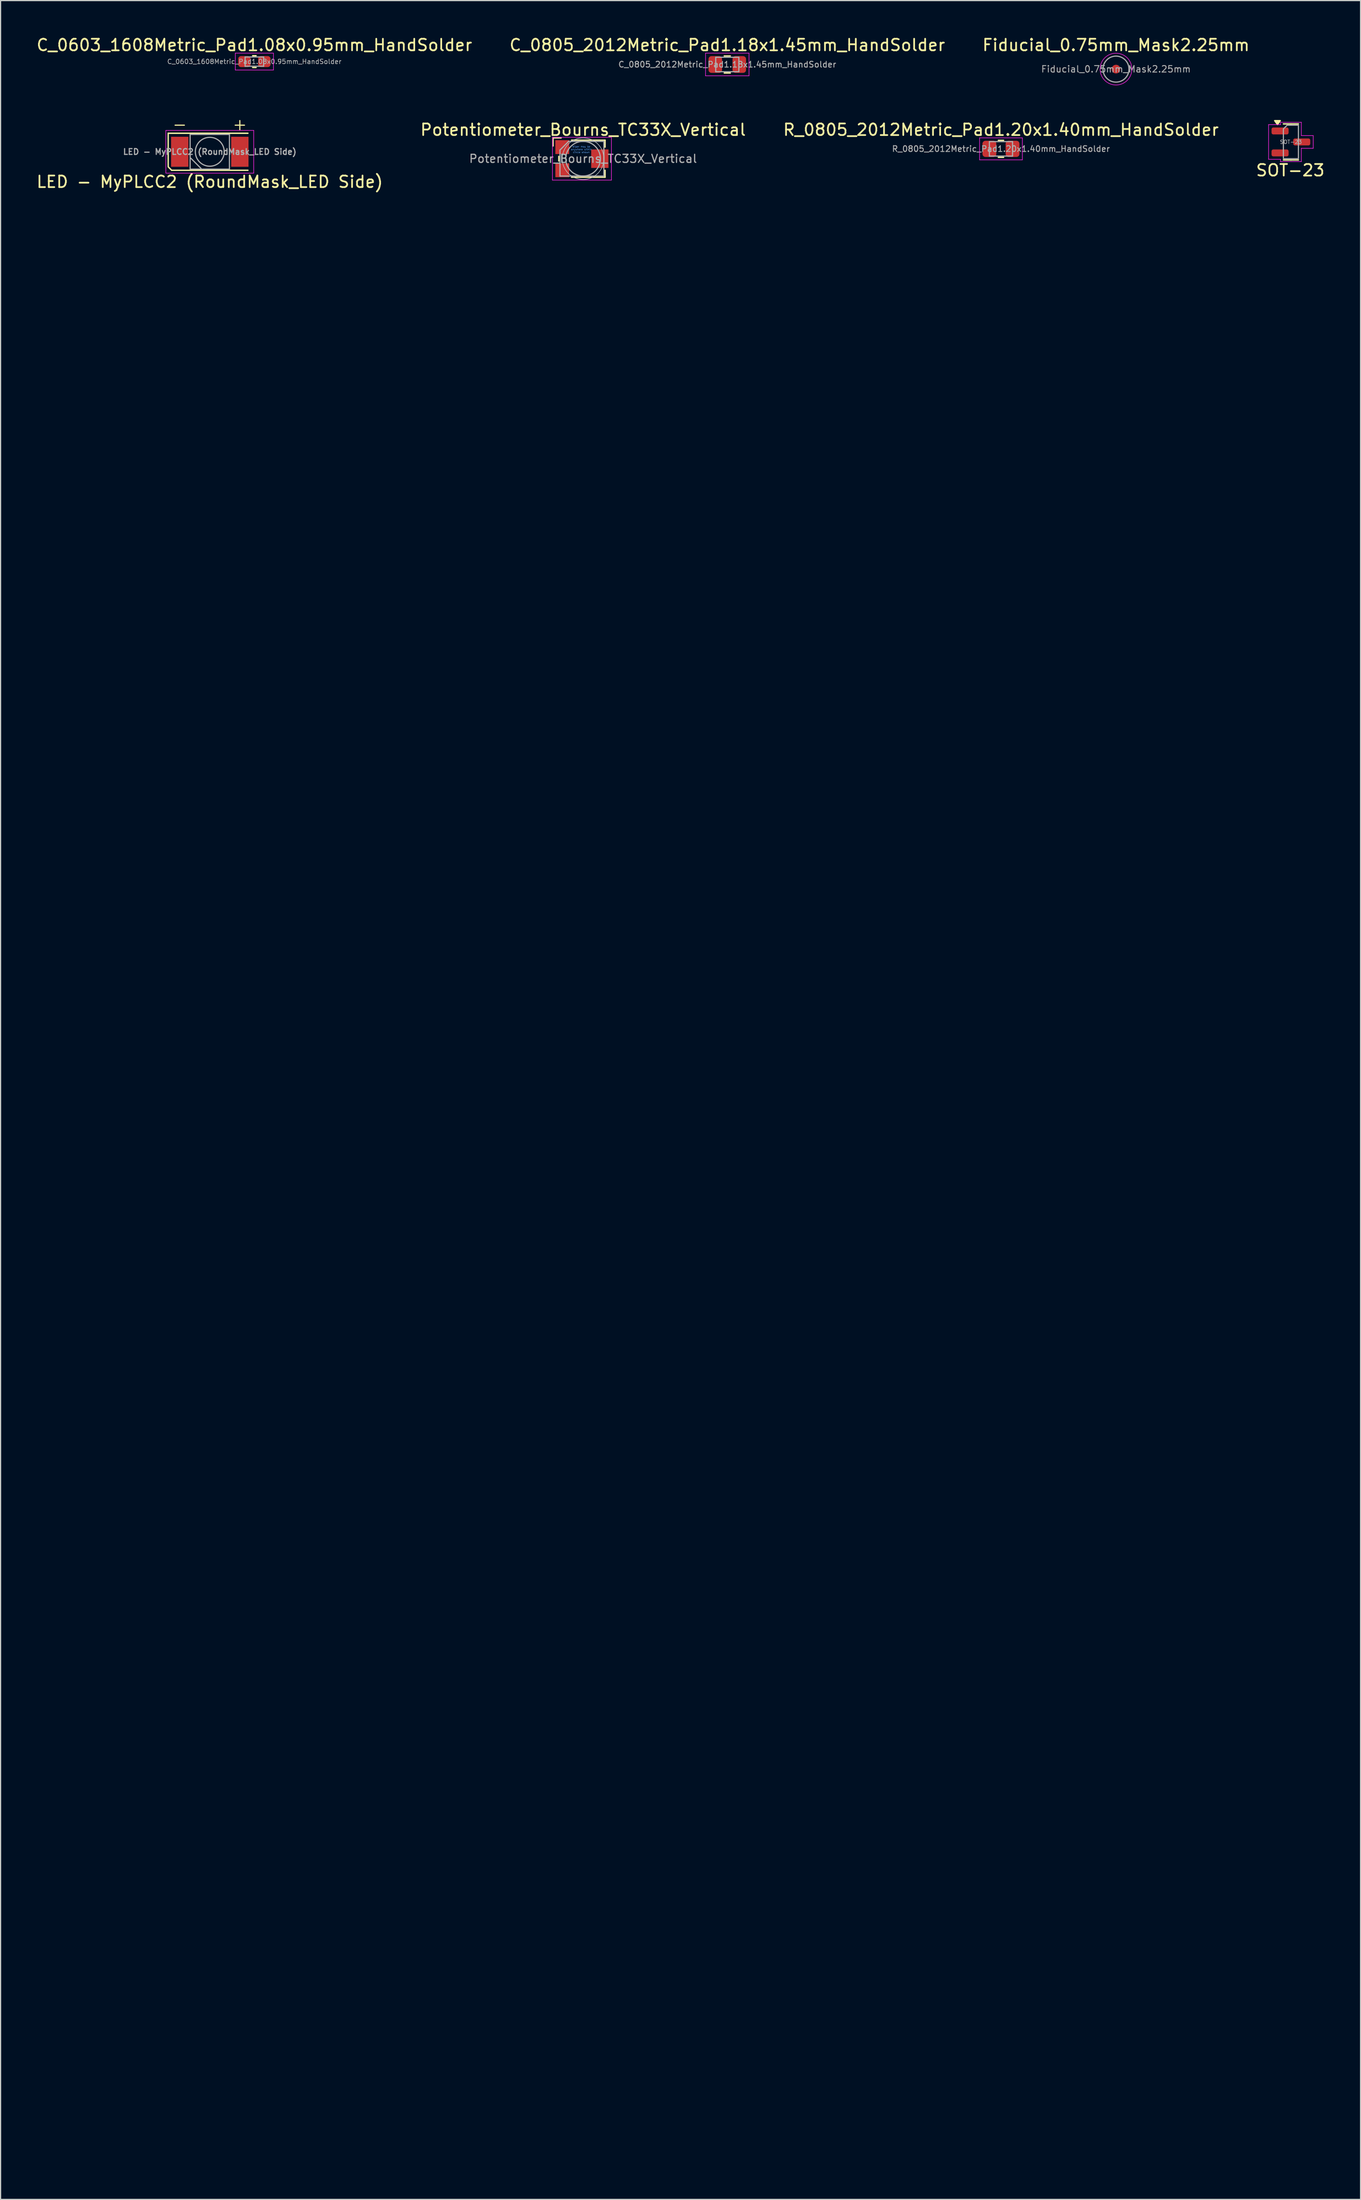
<source format=kicad_pcb>
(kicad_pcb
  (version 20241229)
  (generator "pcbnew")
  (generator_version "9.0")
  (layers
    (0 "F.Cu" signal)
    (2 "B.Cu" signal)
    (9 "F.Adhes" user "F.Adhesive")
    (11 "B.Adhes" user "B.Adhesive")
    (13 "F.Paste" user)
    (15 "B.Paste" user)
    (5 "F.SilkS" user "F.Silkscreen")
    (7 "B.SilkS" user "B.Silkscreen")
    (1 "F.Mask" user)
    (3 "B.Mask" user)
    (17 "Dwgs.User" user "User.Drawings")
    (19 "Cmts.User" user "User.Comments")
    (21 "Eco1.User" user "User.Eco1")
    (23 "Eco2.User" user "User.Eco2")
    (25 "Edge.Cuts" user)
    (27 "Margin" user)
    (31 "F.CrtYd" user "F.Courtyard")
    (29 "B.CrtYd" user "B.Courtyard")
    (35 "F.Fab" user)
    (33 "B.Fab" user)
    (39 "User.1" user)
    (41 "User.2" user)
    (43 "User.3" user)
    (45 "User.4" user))
  (footprint "LED - MyPLCC2 (RoundMask_LED Side)"
    (layer "F.Cu")
    (at 15.101 10.078)
    (property "Reference" "LED - MyPLCC2 (RoundMask_LED Side)" (at 0 2.6 0) (layer "F.SilkS") (effects (font (size 1 1) (thickness 0.15))))
    (attr smd)
    (fp_line (start -3.6 -1.6) (end -3.6 1.25) (stroke (width 0.12) (type solid)) (layer "F.SilkS"))
    (fp_line (start -3.6 1.3) (end -3.3 1.6) (stroke (width 0.12) (type solid)) (layer "F.SilkS"))
    (fp_line (start -3 -2.3) (end -2.2 -2.3) (stroke (width 0.1) (type default)) (layer "F.SilkS"))
    (fp_line (start 2.2 -2.3) (end 3 -2.3) (stroke (width 0.1) (type default)) (layer "F.SilkS"))
    (fp_line (start 2.6 -1.9) (end 2.6 -2.7) (stroke (width 0.1) (type default)) (layer "F.SilkS"))
    (fp_line (start 3.3 -1.6) (end -3.6 -1.6) (stroke (width 0.12) (type solid)) (layer "F.SilkS"))
    (fp_line (start 3.3 1.6) (end -3.3 1.6) (stroke (width 0.12) (type solid)) (layer "F.SilkS"))
    (fp_line (start -3.8 -1.85) (end 3.8 -1.85) (stroke (width 0.05) (type solid)) (layer "F.CrtYd"))
    (fp_line (start -3.8 1.85) (end -3.8 -1.85) (stroke (width 0.05) (type solid)) (layer "F.CrtYd"))
    (fp_line (start 3.8 -1.85) (end 3.8 1.85) (stroke (width 0.05) (type solid)) (layer "F.CrtYd"))
    (fp_line (start 3.8 1.85) (end -3.8 1.85) (stroke (width 0.05) (type solid)) (layer "F.CrtYd"))
    (fp_line (start -1.7 -1.5) (end -1.7 1.5) (stroke (width 0.1) (type solid)) (layer "F.Fab"))
    (fp_line (start -1.7 1.5) (end 1.7 1.5) (stroke (width 0.1) (type solid)) (layer "F.Fab"))
    (fp_line (start -0.75 1.45) (end -1.65 0.55) (stroke (width 0.1) (type solid)) (layer "F.Fab"))
    (fp_line (start 1.7 -1.5) (end -1.7 -1.5) (stroke (width 0.1) (type solid)) (layer "F.Fab"))
    (fp_line (start 1.7 1.5) (end 1.7 -1.5) (stroke (width 0.1) (type solid)) (layer "F.Fab"))
    (fp_circle (center 0 0) (end 0 -1.25) (stroke (width 0.1) (type solid)) (fill no) (layer "F.Fab"))
    (fp_text user "${REFERENCE}" (at 0 0 0) (layer "F.Fab") (effects (font (size 0.5 0.5) (thickness 0.1))))
    (pad "" smd oval (at 0 0) (size 2.7 2.7) (layers "F.Mask"))
    (pad "1" smd rect (at -2.6 0) (size 1.5 2.6) (layers "F.Cu" "F.Mask" "F.Paste"))
    (pad "2" smd rect (at 2.6 0) (size 1.5 2.6) (layers "F.Cu" "F.Mask" "F.Paste"))
    (zone (net_name "") (layers "F.Cu" "F.Mask" "B.Cu" "B.Mask" "F.SilkS" "B.SilkS" "F.Paste" "B.Paste") (hatch edge 0.5) (connect_pads) (min_thickness 0.25) (filled_areas_thickness no) (keepout (tracks not_allowed) (vias not_allowed) (pads not_allowed) (copperpour not_allowed) (footprints allowed)) (placement (enabled no)) (fill) (polygon (pts (xy 13.801 181.6) (xy 16.401 181.6) (xy 16.401 184.2) (xy 13.801 184.2)))))
  (footprint "SOT-23"
    (layer "F.Cu")
    (at 108.64 9.228)
    (property "Reference" "SOT-23" (at -0.051 2.453 0) (layer "F.SilkS") (effects (font (size 1 1) (thickness 0.15))))
    (attr smd)
    (fp_line (start 0 -1.56) (end -0.65 -1.56) (stroke (width 0.12) (type solid)) (layer "F.SilkS"))
    (fp_line (start 0 -1.56) (end 0.65 -1.56) (stroke (width 0.12) (type solid)) (layer "F.SilkS"))
    (fp_line (start 0 1.56) (end -0.65 1.56) (stroke (width 0.12) (type solid)) (layer "F.SilkS"))
    (fp_line (start 0 1.56) (end 0.65 1.56) (stroke (width 0.12) (type solid)) (layer "F.SilkS"))
    (fp_poly (pts (xy -1.163 -1.51) (xy -1.403 -1.84) (xy -0.922 -1.84)) (stroke (width 0.12) (type solid)) (fill yes) (layer "F.SilkS"))
    (fp_line (start -1.93 -1.5) (end -0.9 -1.5) (stroke (width 0.05) (type solid)) (layer "F.CrtYd"))
    (fp_line (start -1.93 1.5) (end -1.93 -1.5) (stroke (width 0.05) (type solid)) (layer "F.CrtYd"))
    (fp_line (start -0.9 -1.7) (end 0.9 -1.7) (stroke (width 0.05) (type solid)) (layer "F.CrtYd"))
    (fp_line (start -0.9 -1.5) (end -0.9 -1.7) (stroke (width 0.05) (type solid)) (layer "F.CrtYd"))
    (fp_line (start -0.9 1.5) (end -1.93 1.5) (stroke (width 0.05) (type solid)) (layer "F.CrtYd"))
    (fp_line (start -0.9 1.7) (end -0.9 1.5) (stroke (width 0.05) (type solid)) (layer "F.CrtYd"))
    (fp_line (start 0.9 -1.7) (end 0.9 -0.55) (stroke (width 0.05) (type solid)) (layer "F.CrtYd"))
    (fp_line (start 0.9 -0.55) (end 1.93 -0.55) (stroke (width 0.05) (type solid)) (layer "F.CrtYd"))
    (fp_line (start 0.9 0.55) (end 0.9 1.7) (stroke (width 0.05) (type solid)) (layer "F.CrtYd"))
    (fp_line (start 0.9 1.7) (end -0.9 1.7) (stroke (width 0.05) (type solid)) (layer "F.CrtYd"))
    (fp_line (start 1.93 -0.55) (end 1.93 0.55) (stroke (width 0.05) (type solid)) (layer "F.CrtYd"))
    (fp_line (start 1.93 0.55) (end 0.9 0.55) (stroke (width 0.05) (type solid)) (layer "F.CrtYd"))
    (fp_poly (pts (xy -0.65 -1.125) (xy -0.65 1.45) (xy 0.65 1.45) (xy 0.65 -1.45) (xy -0.325 -1.45)) (stroke (width 0.1) (type solid)) (fill no) (layer "F.Fab"))
    (fp_text user "${REFERENCE}" (at 0 0 0) (layer "F.Fab") (effects (font (size 0.32 0.32) (thickness 0.05))))
    (pad "1" smd roundrect (at -0.938 -0.95) (size 1.475 0.6) (layers "F.Cu" "F.Mask" "F.Paste") (roundrect_rratio 0.25))
    (pad "2" smd roundrect (at -0.938 0.95) (size 1.475 0.6) (layers "F.Cu" "F.Mask" "F.Paste") (roundrect_rratio 0.25))
    (pad "3" smd roundrect (at 0.938 0) (size 1.475 0.6) (layers "F.Cu" "F.Mask" "F.Paste") (roundrect_rratio 0.25)))
  (footprint "Potentiometer_Bourns_TC33X_Vertical"
    (layer "F.Cu")
    (at 47.399 10.677)
    (property "Reference" "Potentiometer_Bourns_TC33X_Vertical" (at 0 -2.5 0) (layer "F.SilkS") (effects (font (size 1 1) (thickness 0.15))))
    (attr smd)
    (fp_line (start -2.6 -1.8) (end -2.6 -1.1) (stroke (width 0.12) (type solid)) (layer "F.SilkS"))
    (fp_line (start -2.1 -0.2) (end -2.1 0.2) (stroke (width 0.12) (type solid)) (layer "F.SilkS"))
    (fp_line (start -1.9 -1.8) (end -2.6 -1.8) (stroke (width 0.12) (type solid)) (layer "F.SilkS"))
    (fp_line (start -1 -1.6) (end 1.9 -1.6) (stroke (width 0.12) (type solid)) (layer "F.SilkS"))
    (fp_line (start -1 1.6) (end 1.9 1.6) (stroke (width 0.12) (type solid)) (layer "F.SilkS"))
    (fp_line (start 1.9 -1.6) (end 1.9 -1) (stroke (width 0.12) (type solid)) (layer "F.SilkS"))
    (fp_line (start 1.9 1.6) (end 1.9 1) (stroke (width 0.12) (type solid)) (layer "F.SilkS"))
    (fp_circle (center 0 0) (end 1.8 0) (stroke (width 0.05) (type solid)) (fill no) (layer "Dwgs.User"))
    (fp_line (start -2.65 -1.85) (end 2.45 -1.85) (stroke (width 0.05) (type solid)) (layer "F.CrtYd"))
    (fp_line (start -2.65 1.85) (end -2.65 -1.85) (stroke (width 0.05) (type solid)) (layer "F.CrtYd"))
    (fp_line (start 2.45 -1.85) (end 2.45 1.85) (stroke (width 0.05) (type solid)) (layer "F.CrtYd"))
    (fp_line (start 2.45 1.85) (end -2.65 1.85) (stroke (width 0.05) (type solid)) (layer "F.CrtYd"))
    (fp_line (start -2 -0.75) (end -2 1.5) (stroke (width 0.1) (type solid)) (layer "F.Fab"))
    (fp_line (start -2 1.5) (end 1.8 1.5) (stroke (width 0.1) (type solid)) (layer "F.Fab"))
    (fp_line (start -1.25 -1.5) (end -2 -0.75) (stroke (width 0.1) (type solid)) (layer "F.Fab"))
    (fp_line (start 1.8 -1.5) (end -1.25 -1.5) (stroke (width 0.1) (type solid)) (layer "F.Fab"))
    (fp_line (start 1.8 1.5) (end 1.8 -1.5) (stroke (width 0.1) (type solid)) (layer "F.Fab"))
    (fp_circle (center 0 0) (end 1.5 0) (stroke (width 0.1) (type solid)) (fill no) (layer "F.Fab"))
    (fp_text user "Wiper may be\nanywhere within\ncircle shown" (at -0.15 -0.8 0) (layer "Cmts.User") (effects (font (size 0.15 0.15) (thickness 0.02))))
    (fp_text user "${REFERENCE}" (at 0 0 0) (layer "F.Fab") (effects (font (size 0.7 0.7) (thickness 0.105))))
    (pad "1" smd rect (at -1.8 -1) (size 1.2 1.2) (layers "F.Cu" "F.Mask" "F.Paste"))
    (pad "2" smd rect (at 1.45 0) (size 1.5 1.6) (layers "F.Cu" "F.Mask" "F.Paste"))
    (pad "3" smd rect (at -1.8 1) (size 1.2 1.2) (layers "F.Cu" "F.Mask" "F.Paste")))
  (footprint "R_0805_2012Metric_Pad1.20x1.40mm_HandSolder"
    (layer "F.Cu")
    (at 83.554 9.826)
    (property "Reference" "R_0805_2012Metric_Pad1.20x1.40mm_HandSolder" (at 0 -1.65 0) (layer "F.SilkS") (effects (font (size 1 1) (thickness 0.15))))
    (attr smd)
    (fp_line (start -0.227 -0.735) (end 0.227 -0.735) (stroke (width 0.12) (type solid)) (layer "F.SilkS"))
    (fp_line (start -0.227 0.735) (end 0.227 0.735) (stroke (width 0.12) (type solid)) (layer "F.SilkS"))
    (fp_line (start -1.85 -0.95) (end 1.85 -0.95) (stroke (width 0.05) (type solid)) (layer "F.CrtYd"))
    (fp_line (start -1.85 0.95) (end -1.85 -0.95) (stroke (width 0.05) (type solid)) (layer "F.CrtYd"))
    (fp_line (start 1.85 -0.95) (end 1.85 0.95) (stroke (width 0.05) (type solid)) (layer "F.CrtYd"))
    (fp_line (start 1.85 0.95) (end -1.85 0.95) (stroke (width 0.05) (type solid)) (layer "F.CrtYd"))
    (fp_line (start -1 -0.625) (end 1 -0.625) (stroke (width 0.1) (type solid)) (layer "F.Fab"))
    (fp_line (start -1 0.625) (end -1 -0.625) (stroke (width 0.1) (type solid)) (layer "F.Fab"))
    (fp_line (start 1 -0.625) (end 1 0.625) (stroke (width 0.1) (type solid)) (layer "F.Fab"))
    (fp_line (start 1 0.625) (end -1 0.625) (stroke (width 0.1) (type solid)) (layer "F.Fab"))
    (fp_text user "${REFERENCE}" (at 0 0 0) (layer "F.Fab") (effects (font (size 0.5 0.5) (thickness 0.08))))
    (pad "1" smd roundrect (at -1 0) (size 1.2 1.4) (layers "F.Cu" "F.Mask" "F.Paste") (roundrect_rratio 0.208))
    (pad "2" smd roundrect (at 1 0) (size 1.2 1.4) (layers "F.Cu" "F.Mask" "F.Paste") (roundrect_rratio 0.208)))
  (footprint "Fiducial_0.75mm_Mask2.25mm"
    (layer "F.Cu")
    (at 93.506 2.928)
    (property "Reference" "Fiducial_0.75mm_Mask2.25mm" (at 0 -2.08 0) (layer "F.SilkS") (effects (font (size 1 1) (thickness 0.15))))
    (attr smd exclude_from_bom)
    (fp_circle (center 0 0) (end 1.375 0) (stroke (width 0.05) (type solid)) (fill no) (layer "F.CrtYd"))
    (fp_circle (center 0 0) (end 1.125 0) (stroke (width 0.1) (type solid)) (fill no) (layer "F.Fab"))
    (fp_text user "${REFERENCE}" (at 0 0 0) (layer "F.Fab") (effects (font (size 0.56 0.56) (thickness 0.08))))
    (pad "" smd circle (at 0 0) (size 0.75 0.75) (layers "F.Cu" "F.Mask")))
  (footprint "C_0603_1608Metric_Pad1.08x0.95mm_HandSolder"
    (layer "F.Cu")
    (at 18.958 2.278)
    (property "Reference" "C_0603_1608Metric_Pad1.08x0.95mm_HandSolder" (at 0 -1.43 0) (layer "F.SilkS") (effects (font (size 1 1) (thickness 0.15))))
    (attr smd)
    (fp_line (start -0.146 -0.51) (end 0.146 -0.51) (stroke (width 0.12) (type solid)) (layer "F.SilkS"))
    (fp_line (start -0.146 0.51) (end 0.146 0.51) (stroke (width 0.12) (type solid)) (layer "F.SilkS"))
    (fp_line (start -1.65 -0.73) (end 1.65 -0.73) (stroke (width 0.05) (type solid)) (layer "F.CrtYd"))
    (fp_line (start -1.65 0.73) (end -1.65 -0.73) (stroke (width 0.05) (type solid)) (layer "F.CrtYd"))
    (fp_line (start 1.65 -0.73) (end 1.65 0.73) (stroke (width 0.05) (type solid)) (layer "F.CrtYd"))
    (fp_line (start 1.65 0.73) (end -1.65 0.73) (stroke (width 0.05) (type solid)) (layer "F.CrtYd"))
    (fp_line (start -0.8 -0.4) (end 0.8 -0.4) (stroke (width 0.1) (type solid)) (layer "F.Fab"))
    (fp_line (start -0.8 0.4) (end -0.8 -0.4) (stroke (width 0.1) (type solid)) (layer "F.Fab"))
    (fp_line (start 0.8 -0.4) (end 0.8 0.4) (stroke (width 0.1) (type solid)) (layer "F.Fab"))
    (fp_line (start 0.8 0.4) (end -0.8 0.4) (stroke (width 0.1) (type solid)) (layer "F.Fab"))
    (fp_text user "${REFERENCE}" (at 0 0 0) (layer "F.Fab") (effects (font (size 0.4 0.4) (thickness 0.06))))
    (pad "1" smd roundrect (at -0.863 0) (size 1.075 0.95) (layers "F.Cu" "F.Mask" "F.Paste") (roundrect_rratio 0.25))
    (pad "2" smd roundrect (at 0.863 0) (size 1.075 0.95) (layers "F.Cu" "F.Mask" "F.Paste") (roundrect_rratio 0.25)))
  (footprint "C_0805_2012Metric_Pad1.18x1.45mm_HandSolder"
    (layer "F.Cu")
    (at 59.875 2.528)
    (property "Reference" "C_0805_2012Metric_Pad1.18x1.45mm_HandSolder" (at 0 -1.68 0) (layer "F.SilkS") (effects (font (size 1 1) (thickness 0.15))))
    (attr smd)
    (fp_line (start -0.261 -0.735) (end 0.261 -0.735) (stroke (width 0.12) (type solid)) (layer "F.SilkS"))
    (fp_line (start -0.261 0.735) (end 0.261 0.735) (stroke (width 0.12) (type solid)) (layer "F.SilkS"))
    (fp_line (start -1.88 -0.98) (end 1.88 -0.98) (stroke (width 0.05) (type solid)) (layer "F.CrtYd"))
    (fp_line (start -1.88 0.98) (end -1.88 -0.98) (stroke (width 0.05) (type solid)) (layer "F.CrtYd"))
    (fp_line (start 1.88 -0.98) (end 1.88 0.98) (stroke (width 0.05) (type solid)) (layer "F.CrtYd"))
    (fp_line (start 1.88 0.98) (end -1.88 0.98) (stroke (width 0.05) (type solid)) (layer "F.CrtYd"))
    (fp_line (start -1 -0.625) (end 1 -0.625) (stroke (width 0.1) (type solid)) (layer "F.Fab"))
    (fp_line (start -1 0.625) (end -1 -0.625) (stroke (width 0.1) (type solid)) (layer "F.Fab"))
    (fp_line (start 1 -0.625) (end 1 0.625) (stroke (width 0.1) (type solid)) (layer "F.Fab"))
    (fp_line (start 1 0.625) (end -1 0.625) (stroke (width 0.1) (type solid)) (layer "F.Fab"))
    (fp_text user "${REFERENCE}" (at 0 0 0) (layer "F.Fab") (effects (font (size 0.5 0.5) (thickness 0.08))))
    (pad "1" smd roundrect (at -1.038 0) (size 1.175 1.45) (layers "F.Cu" "F.Mask" "F.Paste") (roundrect_rratio 0.213))
    (pad "2" smd roundrect (at 1.038 0) (size 1.175 1.45) (layers "F.Cu" "F.Mask" "F.Paste") (roundrect_rratio 0.213)))
  (gr_rect
    (start -3 -3)
    (end 114.667 187.2)
    (stroke (width 0.1) (type default))
    (fill no)
    (layer "Edge.Cuts")))
</source>
